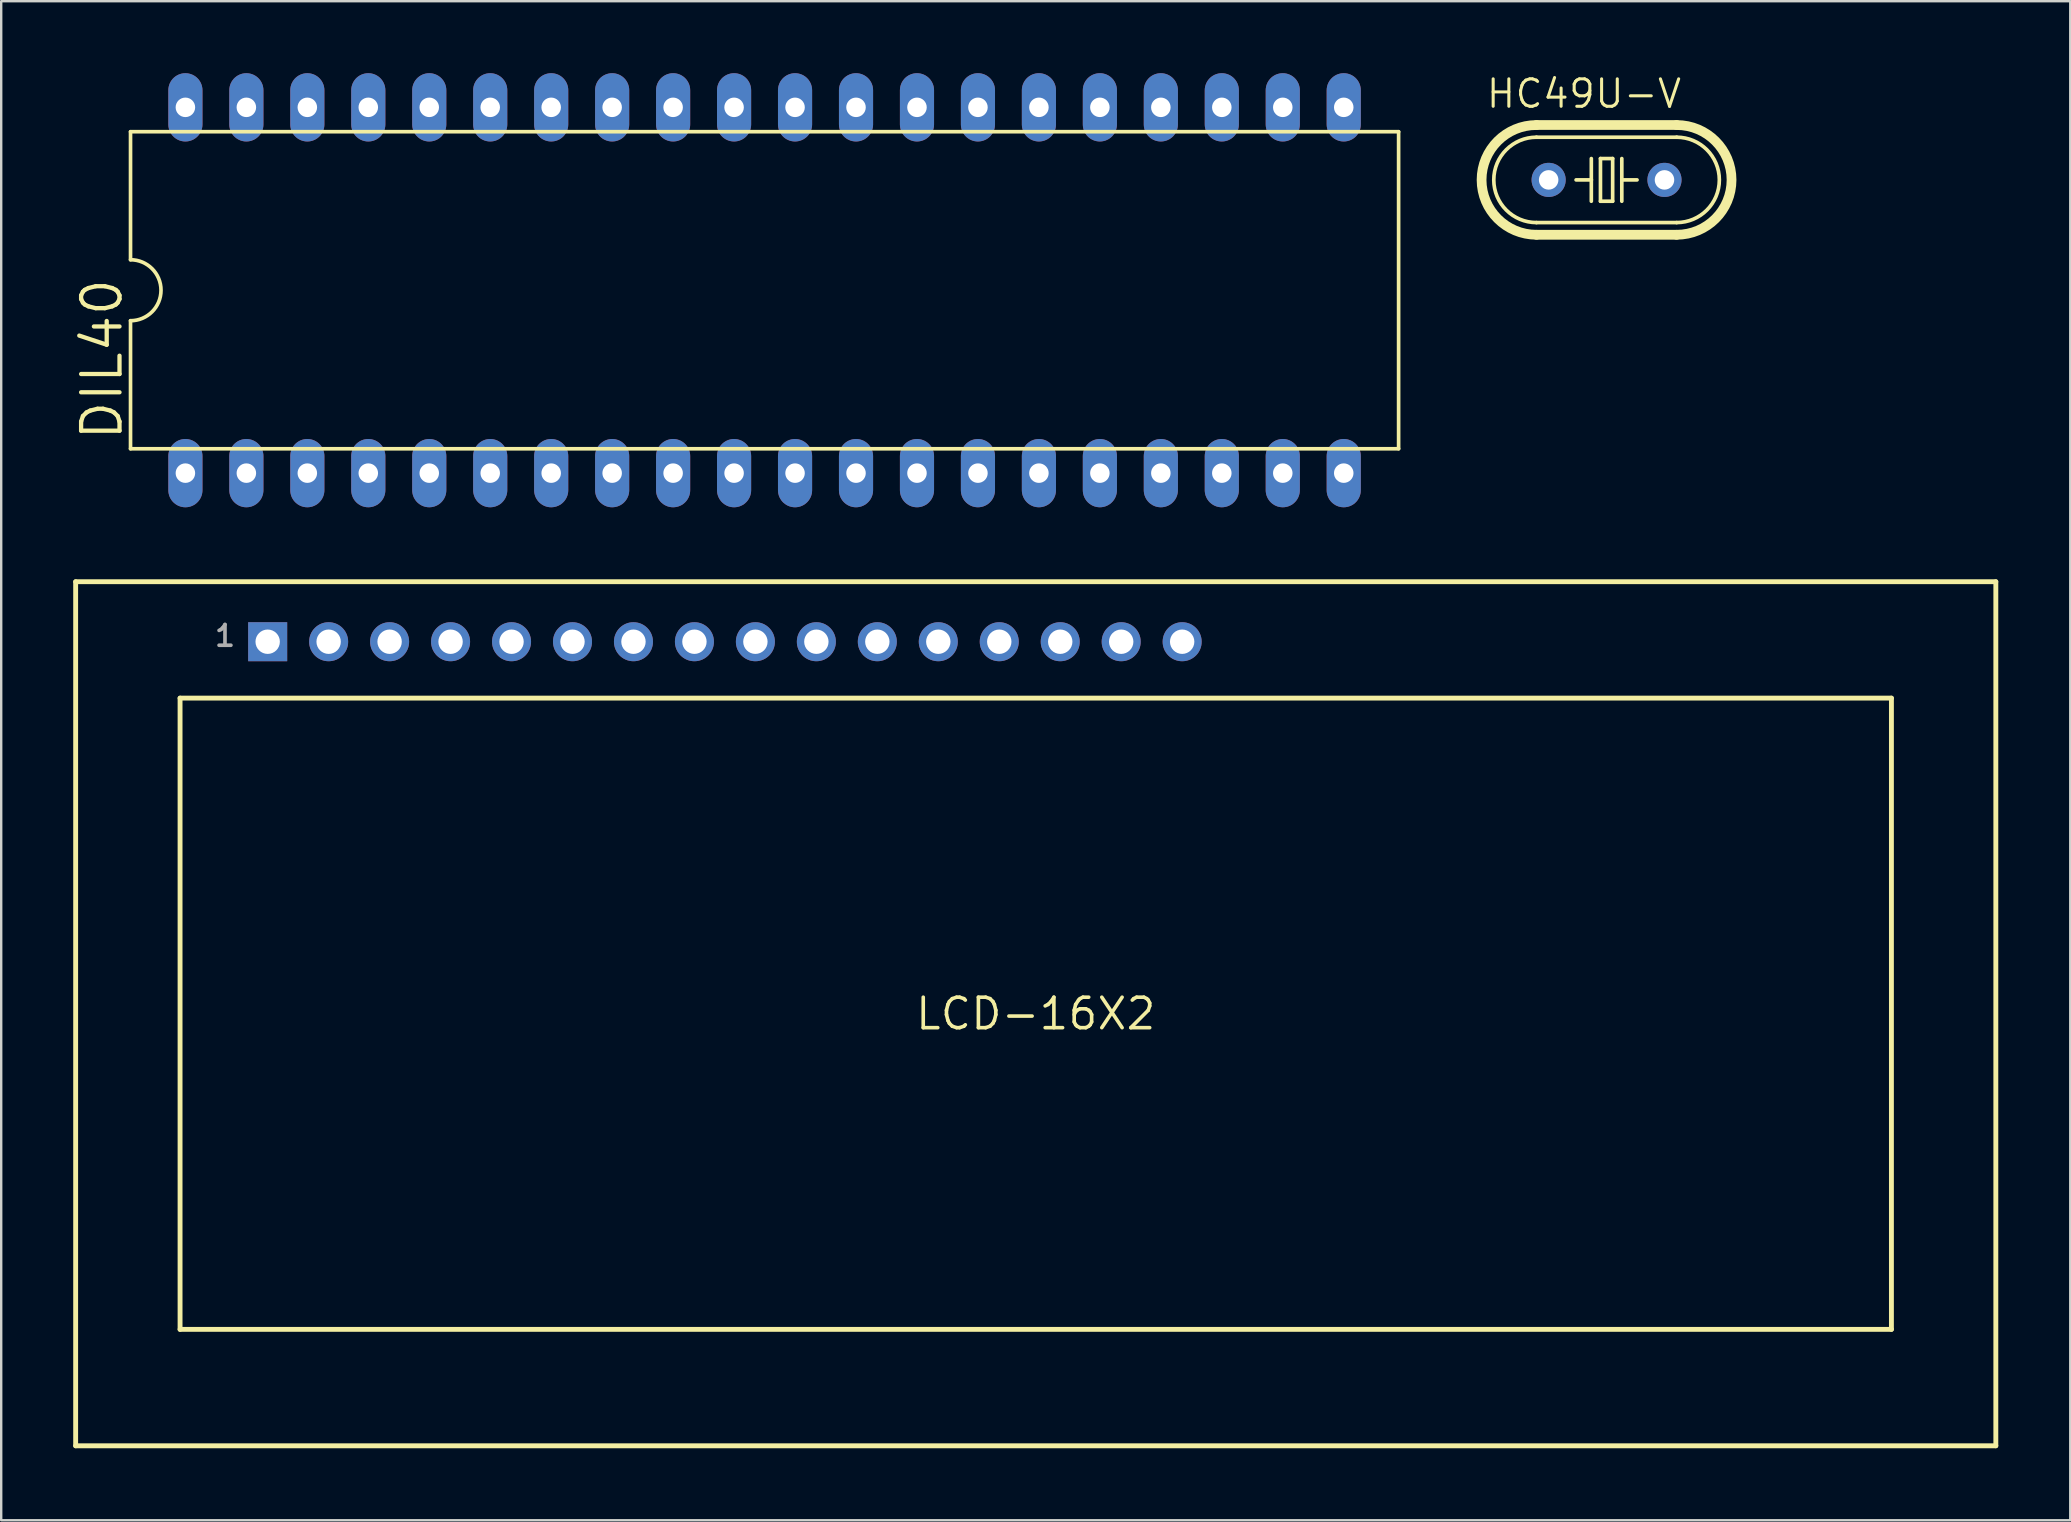
<source format=kicad_pcb>
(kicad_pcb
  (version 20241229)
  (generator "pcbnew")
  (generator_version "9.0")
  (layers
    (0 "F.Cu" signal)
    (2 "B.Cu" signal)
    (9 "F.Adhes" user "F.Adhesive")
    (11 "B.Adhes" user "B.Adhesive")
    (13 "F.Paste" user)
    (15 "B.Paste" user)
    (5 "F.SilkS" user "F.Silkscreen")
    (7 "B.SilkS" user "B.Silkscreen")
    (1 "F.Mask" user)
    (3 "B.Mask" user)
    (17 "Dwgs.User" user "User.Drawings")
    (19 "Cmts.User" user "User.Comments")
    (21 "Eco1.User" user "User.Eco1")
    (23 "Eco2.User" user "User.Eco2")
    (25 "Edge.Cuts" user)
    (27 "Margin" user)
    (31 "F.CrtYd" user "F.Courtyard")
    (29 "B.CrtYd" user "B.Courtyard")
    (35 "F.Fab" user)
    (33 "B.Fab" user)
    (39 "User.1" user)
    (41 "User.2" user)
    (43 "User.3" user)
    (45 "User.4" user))
  (footprint "LCD-16X2"
    (layer "F.Cu")
    (at 40.102 39.186)
    (property "Reference" "LCD-16X2" (at 0 0 0) (layer "F.SilkS") (effects (font (size 1.27 1.27) (thickness 0.15))))
    (fp_line (start -40 -18) (end 40 -18) (stroke (width 0.203) (type solid)) (layer "F.SilkS"))
    (fp_line (start -40 18) (end -40 -18) (stroke (width 0.203) (type solid)) (layer "F.SilkS"))
    (fp_line (start -35.65 -13.15) (end 35.65 -13.15) (stroke (width 0.203) (type solid)) (layer "F.SilkS"))
    (fp_line (start -35.65 13.15) (end -35.65 -13.15) (stroke (width 0.203) (type solid)) (layer "F.SilkS"))
    (fp_line (start 35.65 -13.15) (end 35.65 13.15) (stroke (width 0.203) (type solid)) (layer "F.SilkS"))
    (fp_line (start 35.65 13.15) (end -35.65 13.15) (stroke (width 0.203) (type solid)) (layer "F.SilkS"))
    (fp_line (start 40 -18) (end 40 18) (stroke (width 0.203) (type solid)) (layer "F.SilkS"))
    (fp_line (start 40 18) (end -40 18) (stroke (width 0.203) (type solid)) (layer "F.SilkS"))
    (fp_text user "1" (at -34.29 -15.24 0) (layer "F.Fab") (effects (font (size 0.864 0.864) (thickness 0.152)) (justify left bottom)))
    (pad "1" thru_hole rect (at -32 -15.5) (size 1.626 1.626) (drill 1.016) (layers "*.Cu" "*.Mask"))
    (pad "2" thru_hole circle (at -29.46 -15.5) (size 1.626 1.626) (drill 1.016) (layers "*.Cu" "*.Mask"))
    (pad "3" thru_hole circle (at -26.92 -15.5) (size 1.626 1.626) (drill 1.016) (layers "*.Cu" "*.Mask"))
    (pad "4" thru_hole circle (at -24.38 -15.5) (size 1.626 1.626) (drill 1.016) (layers "*.Cu" "*.Mask"))
    (pad "5" thru_hole circle (at -21.84 -15.5) (size 1.626 1.626) (drill 1.016) (layers "*.Cu" "*.Mask"))
    (pad "6" thru_hole circle (at -19.3 -15.5) (size 1.626 1.626) (drill 1.016) (layers "*.Cu" "*.Mask"))
    (pad "7" thru_hole circle (at -16.76 -15.5) (size 1.626 1.626) (drill 1.016) (layers "*.Cu" "*.Mask"))
    (pad "8" thru_hole circle (at -14.22 -15.5) (size 1.626 1.626) (drill 1.016) (layers "*.Cu" "*.Mask"))
    (pad "9" thru_hole circle (at -11.68 -15.5) (size 1.626 1.626) (drill 1.016) (layers "*.Cu" "*.Mask"))
    (pad "10" thru_hole circle (at -9.14 -15.5) (size 1.626 1.626) (drill 1.016) (layers "*.Cu" "*.Mask"))
    (pad "11" thru_hole circle (at -6.6 -15.5) (size 1.626 1.626) (drill 1.016) (layers "*.Cu" "*.Mask"))
    (pad "12" thru_hole circle (at -4.06 -15.5) (size 1.626 1.626) (drill 1.016) (layers "*.Cu" "*.Mask"))
    (pad "13" thru_hole circle (at -1.52 -15.5) (size 1.626 1.626) (drill 1.016) (layers "*.Cu" "*.Mask"))
    (pad "14" thru_hole circle (at 1.02 -15.5) (size 1.626 1.626) (drill 1.016) (layers "*.Cu" "*.Mask"))
    (pad "15" thru_hole circle (at 3.56 -15.5) (size 1.626 1.626) (drill 1.016) (layers "*.Cu" "*.Mask"))
    (pad "16" thru_hole circle (at 6.1 -15.5) (size 1.626 1.626) (drill 1.016) (layers "*.Cu" "*.Mask")))
  (footprint "HC49U-V"
    (layer "F.Cu")
    (at 63.884 4.445)
    (property "Reference" "HC49U-V" (at -5.08 -2.921 0) (layer "F.SilkS") (effects (font (size 1.143 1.143) (thickness 0.127)) (justify left bottom)))
    (fp_line (start -2.921 -2.286) (end 2.921 -2.286) (stroke (width 0.406) (type solid)) (layer "F.SilkS"))
    (fp_line (start -2.921 1.778) (end 2.921 1.778) (stroke (width 0.152) (type solid)) (layer "F.SilkS"))
    (fp_line (start -2.921 2.286) (end 2.921 2.286) (stroke (width 0.406) (type solid)) (layer "F.SilkS"))
    (fp_line (start -0.635 -0.889) (end -0.635 0) (stroke (width 0.152) (type solid)) (layer "F.SilkS"))
    (fp_line (start -0.635 0) (end -1.27 0) (stroke (width 0.152) (type solid)) (layer "F.SilkS"))
    (fp_line (start -0.635 0) (end -0.635 0.889) (stroke (width 0.152) (type solid)) (layer "F.SilkS"))
    (fp_line (start -0.254 -0.889) (end 0.254 -0.889) (stroke (width 0.152) (type solid)) (layer "F.SilkS"))
    (fp_line (start -0.254 0.889) (end -0.254 -0.889) (stroke (width 0.152) (type solid)) (layer "F.SilkS"))
    (fp_line (start 0.254 -0.889) (end 0.254 0.889) (stroke (width 0.152) (type solid)) (layer "F.SilkS"))
    (fp_line (start 0.254 0.889) (end -0.254 0.889) (stroke (width 0.152) (type solid)) (layer "F.SilkS"))
    (fp_line (start 0.635 -0.889) (end 0.635 0) (stroke (width 0.152) (type solid)) (layer "F.SilkS"))
    (fp_line (start 0.635 0) (end 0.635 0.889) (stroke (width 0.152) (type solid)) (layer "F.SilkS"))
    (fp_line (start 0.635 0) (end 1.27 0) (stroke (width 0.152) (type solid)) (layer "F.SilkS"))
    (fp_line (start 2.921 -1.778) (end -2.921 -1.778) (stroke (width 0.152) (type solid)) (layer "F.SilkS"))
    (fp_arc (start -2.921 1.778) (mid -4.699 0) (end -2.921 -1.778) (stroke (width 0.1524) (type solid)) (layer "F.SilkS"))
    (fp_arc (start -2.921 2.286) (mid -5.207 0) (end -2.921 -2.286) (stroke (width 0.4064) (type solid)) (layer "F.SilkS"))
    (fp_arc (start 2.921 -2.286) (mid 5.207 0) (end 2.921 2.286) (stroke (width 0.4064) (type solid)) (layer "F.SilkS"))
    (fp_arc (start 2.921 -1.778) (mid 4.699 0) (end 2.921 1.778) (stroke (width 0.1524) (type solid)) (layer "F.SilkS"))
    (pad "1" thru_hole circle (at -2.413 0) (size 1.422 1.422) (drill 0.813) (layers "*.Cu" "*.Mask"))
    (pad "2" thru_hole circle (at 2.413 0) (size 1.422 1.422) (drill 0.813) (layers "*.Cu" "*.Mask"))
    (zone (net_name "") (layers "F.Cu" "B.Cu") (hatch edge 0.5) (connect_pads) (min_thickness 0.25) (filled_areas_thickness no) (keepout (tracks allowed) (vias not_allowed) (pads allowed) (copperpour allowed) (footprints allowed)) (placement (enabled no)) (fill) (polygon (pts (xy 58.296 5.715) (xy 58.55 5.715) (xy 58.55 3.429) (xy 58.296 3.429))))
    (zone (net_name "") (layers "F.Cu" "B.Cu") (hatch edge 0.5) (connect_pads) (min_thickness 0.25) (filled_areas_thickness no) (keepout (tracks allowed) (vias not_allowed) (pads allowed) (copperpour allowed) (footprints allowed)) (placement (enabled no)) (fill) (polygon (pts (xy 58.55 6.223) (xy 59.058 6.223) (xy 59.058 2.667) (xy 58.55 2.667))))
    (zone (net_name "") (layers "F.Cu" "B.Cu") (hatch edge 0.5) (connect_pads) (min_thickness 0.25) (filled_areas_thickness no) (keepout (tracks allowed) (vias not_allowed) (pads allowed) (copperpour allowed) (footprints allowed)) (placement (enabled no)) (fill) (polygon (pts (xy 59.058 6.731) (xy 59.566 6.731) (xy 59.566 2.159) (xy 59.058 2.159))))
    (zone (net_name "") (layers "F.Cu" "B.Cu") (hatch edge 0.5) (connect_pads) (min_thickness 0.25) (filled_areas_thickness no) (keepout (tracks allowed) (vias not_allowed) (pads allowed) (copperpour allowed) (footprints allowed)) (placement (enabled no)) (fill) (polygon (pts (xy 59.566 6.985) (xy 60.074 6.985) (xy 60.074 1.905) (xy 59.566 1.905))))
    (zone (net_name "") (layers "F.Cu" "B.Cu") (hatch edge 0.5) (connect_pads) (min_thickness 0.25) (filled_areas_thickness no) (keepout (tracks allowed) (vias not_allowed) (pads allowed) (copperpour allowed) (footprints allowed)) (placement (enabled no)) (fill) (polygon (pts (xy 60.074 7.239) (xy 67.694 7.239) (xy 67.694 1.651) (xy 60.074 1.651))))
    (zone (net_name "") (layers "F.Cu" "B.Cu") (hatch edge 0.5) (connect_pads) (min_thickness 0.25) (filled_areas_thickness no) (keepout (tracks allowed) (vias not_allowed) (pads allowed) (copperpour allowed) (footprints allowed)) (placement (enabled no)) (fill) (polygon (pts (xy 67.694 6.985) (xy 68.202 6.985) (xy 68.202 1.905) (xy 67.694 1.905))))
    (zone (net_name "") (layers "F.Cu" "B.Cu") (hatch edge 0.5) (connect_pads) (min_thickness 0.25) (filled_areas_thickness no) (keepout (tracks allowed) (vias not_allowed) (pads allowed) (copperpour allowed) (footprints allowed)) (placement (enabled no)) (fill) (polygon (pts (xy 68.202 6.731) (xy 68.71 6.731) (xy 68.71 2.159) (xy 68.202 2.159))))
    (zone (net_name "") (layers "F.Cu" "B.Cu") (hatch edge 0.5) (connect_pads) (min_thickness 0.25) (filled_areas_thickness no) (keepout (tracks allowed) (vias not_allowed) (pads allowed) (copperpour allowed) (footprints allowed)) (placement (enabled no)) (fill) (polygon (pts (xy 68.71 6.223) (xy 69.218 6.223) (xy 69.218 2.667) (xy 68.71 2.667))))
    (zone (net_name "") (layers "F.Cu" "B.Cu") (hatch edge 0.5) (connect_pads) (min_thickness 0.25) (filled_areas_thickness no) (keepout (tracks allowed) (vias not_allowed) (pads allowed) (copperpour allowed) (footprints allowed)) (placement (enabled no)) (fill) (polygon (pts (xy 69.218 5.461) (xy 69.472 5.461) (xy 69.472 3.429) (xy 69.218 3.429)))))
  (footprint "DIL40"
    (layer "F.Cu")
    (at 28.804 9.042)
    (property "Reference" "DIL40" (at -26.67 6.35 90) (layer "F.SilkS") (effects (font (size 1.6 1.6) (thickness 0.178)) (justify left bottom)))
    (fp_line (start -26.416 -6.604) (end -26.416 -1.27) (stroke (width 0.152) (type solid)) (layer "F.SilkS"))
    (fp_line (start -26.416 -6.604) (end 26.416 -6.604) (stroke (width 0.152) (type solid)) (layer "F.SilkS"))
    (fp_line (start -26.416 1.27) (end -26.416 6.604) (stroke (width 0.152) (type solid)) (layer "F.SilkS"))
    (fp_line (start -26.416 6.604) (end 26.416 6.604) (stroke (width 0.152) (type solid)) (layer "F.SilkS"))
    (fp_line (start 26.416 6.604) (end 26.416 -6.604) (stroke (width 0.152) (type solid)) (layer "F.SilkS"))
    (fp_arc (start -26.416 -1.27) (mid -25.146 0) (end -26.416 1.27) (stroke (width 0.1524) (type solid)) (layer "F.SilkS"))
    (pad "1" thru_hole oval (at -24.13 7.62 90) (size 2.845 1.422) (drill 0.813) (layers "*.Cu" "*.Mask"))
    (pad "2" thru_hole oval (at -21.59 7.62 90) (size 2.845 1.422) (drill 0.813) (layers "*.Cu" "*.Mask"))
    (pad "3" thru_hole oval (at -19.05 7.62 90) (size 2.845 1.422) (drill 0.813) (layers "*.Cu" "*.Mask"))
    (pad "4" thru_hole oval (at -16.51 7.62 90) (size 2.845 1.422) (drill 0.813) (layers "*.Cu" "*.Mask"))
    (pad "5" thru_hole oval (at -13.97 7.62 90) (size 2.845 1.422) (drill 0.813) (layers "*.Cu" "*.Mask"))
    (pad "6" thru_hole oval (at -11.43 7.62 90) (size 2.845 1.422) (drill 0.813) (layers "*.Cu" "*.Mask"))
    (pad "7" thru_hole oval (at -8.89 7.62 90) (size 2.845 1.422) (drill 0.813) (layers "*.Cu" "*.Mask"))
    (pad "8" thru_hole oval (at -6.35 7.62 90) (size 2.845 1.422) (drill 0.813) (layers "*.Cu" "*.Mask"))
    (pad "9" thru_hole oval (at -3.81 7.62 90) (size 2.845 1.422) (drill 0.813) (layers "*.Cu" "*.Mask"))
    (pad "10" thru_hole oval (at -1.27 7.62 90) (size 2.845 1.422) (drill 0.813) (layers "*.Cu" "*.Mask"))
    (pad "11" thru_hole oval (at 1.27 7.62 90) (size 2.845 1.422) (drill 0.813) (layers "*.Cu" "*.Mask"))
    (pad "12" thru_hole oval (at 3.81 7.62 90) (size 2.845 1.422) (drill 0.813) (layers "*.Cu" "*.Mask"))
    (pad "13" thru_hole oval (at 6.35 7.62 90) (size 2.845 1.422) (drill 0.813) (layers "*.Cu" "*.Mask"))
    (pad "14" thru_hole oval (at 8.89 7.62 90) (size 2.845 1.422) (drill 0.813) (layers "*.Cu" "*.Mask"))
    (pad "15" thru_hole oval (at 11.43 7.62 90) (size 2.845 1.422) (drill 0.813) (layers "*.Cu" "*.Mask"))
    (pad "16" thru_hole oval (at 13.97 7.62 90) (size 2.845 1.422) (drill 0.813) (layers "*.Cu" "*.Mask"))
    (pad "17" thru_hole oval (at 16.51 7.62 90) (size 2.845 1.422) (drill 0.813) (layers "*.Cu" "*.Mask"))
    (pad "18" thru_hole oval (at 19.05 7.62 90) (size 2.845 1.422) (drill 0.813) (layers "*.Cu" "*.Mask"))
    (pad "19" thru_hole oval (at 21.59 7.62 90) (size 2.845 1.422) (drill 0.813) (layers "*.Cu" "*.Mask"))
    (pad "20" thru_hole oval (at 24.13 7.62 90) (size 2.845 1.422) (drill 0.813) (layers "*.Cu" "*.Mask"))
    (pad "21" thru_hole oval (at 24.13 -7.62 90) (size 2.845 1.422) (drill 0.813) (layers "*.Cu" "*.Mask"))
    (pad "22" thru_hole oval (at 21.59 -7.62 90) (size 2.845 1.422) (drill 0.813) (layers "*.Cu" "*.Mask"))
    (pad "23" thru_hole oval (at 19.05 -7.62 90) (size 2.845 1.422) (drill 0.813) (layers "*.Cu" "*.Mask"))
    (pad "24" thru_hole oval (at 16.51 -7.62 90) (size 2.845 1.422) (drill 0.813) (layers "*.Cu" "*.Mask"))
    (pad "25" thru_hole oval (at 13.97 -7.62 90) (size 2.845 1.422) (drill 0.813) (layers "*.Cu" "*.Mask"))
    (pad "26" thru_hole oval (at 11.43 -7.62 90) (size 2.845 1.422) (drill 0.813) (layers "*.Cu" "*.Mask"))
    (pad "27" thru_hole oval (at 8.89 -7.62 90) (size 2.845 1.422) (drill 0.813) (layers "*.Cu" "*.Mask"))
    (pad "28" thru_hole oval (at 6.35 -7.62 90) (size 2.845 1.422) (drill 0.813) (layers "*.Cu" "*.Mask"))
    (pad "29" thru_hole oval (at 3.81 -7.62 90) (size 2.845 1.422) (drill 0.813) (layers "*.Cu" "*.Mask"))
    (pad "30" thru_hole oval (at 1.27 -7.62 90) (size 2.845 1.422) (drill 0.813) (layers "*.Cu" "*.Mask"))
    (pad "31" thru_hole oval (at -1.27 -7.62 90) (size 2.845 1.422) (drill 0.813) (layers "*.Cu" "*.Mask"))
    (pad "32" thru_hole oval (at -3.81 -7.62 90) (size 2.845 1.422) (drill 0.813) (layers "*.Cu" "*.Mask"))
    (pad "33" thru_hole oval (at -6.35 -7.62 90) (size 2.845 1.422) (drill 0.813) (layers "*.Cu" "*.Mask"))
    (pad "34" thru_hole oval (at -8.89 -7.62 90) (size 2.845 1.422) (drill 0.813) (layers "*.Cu" "*.Mask"))
    (pad "35" thru_hole oval (at -11.43 -7.62 90) (size 2.845 1.422) (drill 0.813) (layers "*.Cu" "*.Mask"))
    (pad "36" thru_hole oval (at -13.97 -7.62 90) (size 2.845 1.422) (drill 0.813) (layers "*.Cu" "*.Mask"))
    (pad "37" thru_hole oval (at -16.51 -7.62 90) (size 2.845 1.422) (drill 0.813) (layers "*.Cu" "*.Mask"))
    (pad "38" thru_hole oval (at -19.05 -7.62 90) (size 2.845 1.422) (drill 0.813) (layers "*.Cu" "*.Mask"))
    (pad "39" thru_hole oval (at -21.59 -7.62 90) (size 2.845 1.422) (drill 0.813) (layers "*.Cu" "*.Mask"))
    (pad "40" thru_hole oval (at -24.13 -7.62 90) (size 2.845 1.422) (drill 0.813) (layers "*.Cu" "*.Mask")))
  (gr_rect
    (start -3 -3)
    (end 83.203 60.288)
    (stroke (width 0.1) (type default))
    (fill no)
    (layer "Edge.Cuts")))
</source>
